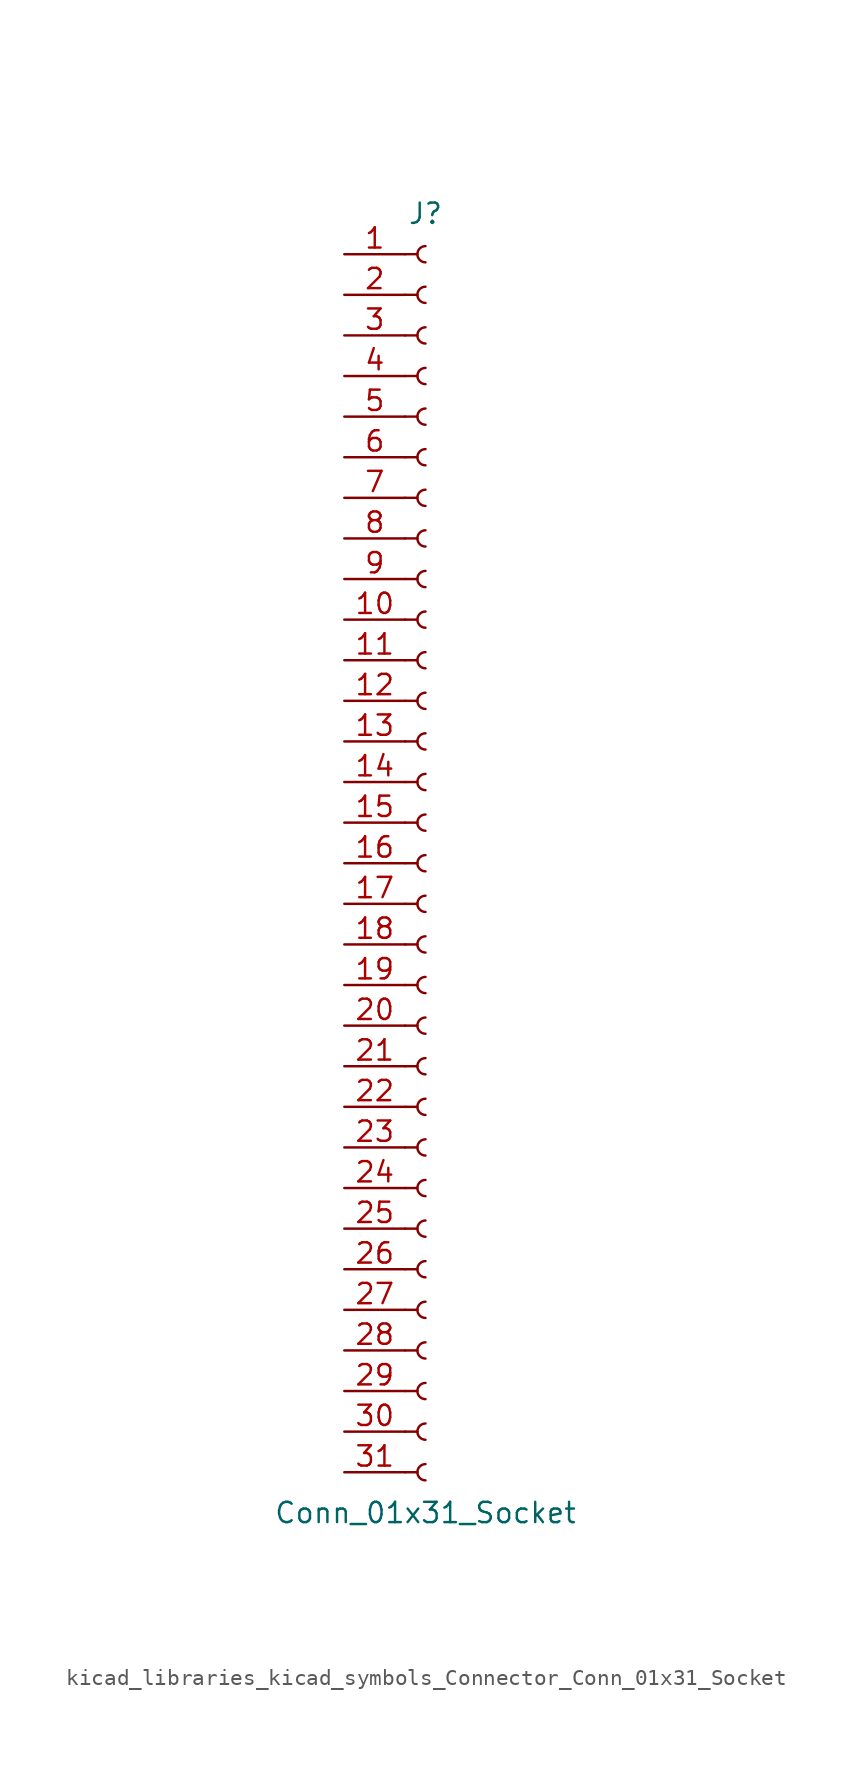
<source format=kicad_sym>
(kicad_symbol_lib
  (version 20220914)
  (generator kicad_symbol_editor)
  (symbol "kicad_libraries_kicad_symbols_Connector_Conn_01x31_Socket"
    (pin_names
      (offset 1.016) hide)
    (property "Reference" "J"
      (at 0 40.64 0)
      (effects (font (size 1.27 1.27))))
    (property "Value" "Conn_01x31_Socket"
      (at 0 -40.64 0)
      (effects (font (size 1.27 1.27))))
    (property "ki_locked" ""
      (at 0 0 0)
      (effects (font (size 1.27 1.27))))
    (symbol "kicad_libraries_kicad_symbols_Connector_Conn_01x31_Socket_1_1"
      (arc (start 0 -37.592) (mid -0.5058 -38.1) (end 0 -38.608) (stroke (width 0.1524) (type default)) (fill (type none)))
      (arc (start 0 -35.052) (mid -0.5058 -35.56) (end 0 -36.068) (stroke (width 0.1524) (type default)) (fill (type none)))
      (arc (start 0 -32.512) (mid -0.5058 -33.02) (end 0 -33.528) (stroke (width 0.1524) (type default)) (fill (type none)))
      (arc (start 0 -29.972) (mid -0.5058 -30.48) (end 0 -30.988) (stroke (width 0.1524) (type default)) (fill (type none)))
      (arc (start 0 -27.432) (mid -0.5058 -27.94) (end 0 -28.448) (stroke (width 0.1524) (type default)) (fill (type none)))
      (arc (start 0 -24.892) (mid -0.5058 -25.4) (end 0 -25.908) (stroke (width 0.1524) (type default)) (fill (type none)))
      (arc (start 0 -22.352) (mid -0.5058 -22.86) (end 0 -23.368) (stroke (width 0.1524) (type default)) (fill (type none)))
      (arc (start 0 -19.812) (mid -0.5058 -20.32) (end 0 -20.828) (stroke (width 0.1524) (type default)) (fill (type none)))
      (arc (start 0 -17.272) (mid -0.5058 -17.78) (end 0 -18.288) (stroke (width 0.1524) (type default)) (fill (type none)))
      (arc (start 0 -14.732) (mid -0.5058 -15.24) (end 0 -15.748) (stroke (width 0.1524) (type default)) (fill (type none)))
      (arc (start 0 -12.192) (mid -0.5058 -12.7) (end 0 -13.208) (stroke (width 0.1524) (type default)) (fill (type none)))
      (arc (start 0 -9.652) (mid -0.5058 -10.16) (end 0 -10.668) (stroke (width 0.1524) (type default)) (fill (type none)))
      (arc (start 0 -7.112) (mid -0.5058 -7.62) (end 0 -8.128) (stroke (width 0.1524) (type default)) (fill (type none)))
      (arc (start 0 -4.572) (mid -0.5058 -5.08) (end 0 -5.588) (stroke (width 0.1524) (type default)) (fill (type none)))
      (arc (start 0 -2.032) (mid -0.5058 -2.54) (end 0 -3.048) (stroke (width 0.1524) (type default)) (fill (type none)))
      (polyline (pts (xy -1.27 -38.1) (xy -0.508 -38.1)) (stroke (width 0.152) (type default)) (fill (type none)))
      (polyline (pts (xy -1.27 -35.56) (xy -0.508 -35.56)) (stroke (width 0.152) (type default)) (fill (type none)))
      (polyline (pts (xy -1.27 -33.02) (xy -0.508 -33.02)) (stroke (width 0.152) (type default)) (fill (type none)))
      (polyline (pts (xy -1.27 -30.48) (xy -0.508 -30.48)) (stroke (width 0.152) (type default)) (fill (type none)))
      (polyline (pts (xy -1.27 -27.94) (xy -0.508 -27.94)) (stroke (width 0.152) (type default)) (fill (type none)))
      (polyline (pts (xy -1.27 -25.4) (xy -0.508 -25.4)) (stroke (width 0.152) (type default)) (fill (type none)))
      (polyline (pts (xy -1.27 -22.86) (xy -0.508 -22.86)) (stroke (width 0.152) (type default)) (fill (type none)))
      (polyline (pts (xy -1.27 -20.32) (xy -0.508 -20.32)) (stroke (width 0.152) (type default)) (fill (type none)))
      (polyline (pts (xy -1.27 -17.78) (xy -0.508 -17.78)) (stroke (width 0.152) (type default)) (fill (type none)))
      (polyline (pts (xy -1.27 -15.24) (xy -0.508 -15.24)) (stroke (width 0.152) (type default)) (fill (type none)))
      (polyline (pts (xy -1.27 -12.7) (xy -0.508 -12.7)) (stroke (width 0.152) (type default)) (fill (type none)))
      (polyline (pts (xy -1.27 -10.16) (xy -0.508 -10.16)) (stroke (width 0.152) (type default)) (fill (type none)))
      (polyline (pts (xy -1.27 -7.62) (xy -0.508 -7.62)) (stroke (width 0.152) (type default)) (fill (type none)))
      (polyline (pts (xy -1.27 -5.08) (xy -0.508 -5.08)) (stroke (width 0.152) (type default)) (fill (type none)))
      (polyline (pts (xy -1.27 -2.54) (xy -0.508 -2.54)) (stroke (width 0.152) (type default)) (fill (type none)))
      (polyline (pts (xy -1.27 0) (xy -0.508 0)) (stroke (width 0.152) (type default)) (fill (type none)))
      (polyline (pts (xy -1.27 2.54) (xy -0.508 2.54)) (stroke (width 0.152) (type default)) (fill (type none)))
      (polyline (pts (xy -1.27 5.08) (xy -0.508 5.08)) (stroke (width 0.152) (type default)) (fill (type none)))
      (polyline (pts (xy -1.27 7.62) (xy -0.508 7.62)) (stroke (width 0.152) (type default)) (fill (type none)))
      (polyline (pts (xy -1.27 10.16) (xy -0.508 10.16)) (stroke (width 0.152) (type default)) (fill (type none)))
      (polyline (pts (xy -1.27 12.7) (xy -0.508 12.7)) (stroke (width 0.152) (type default)) (fill (type none)))
      (polyline (pts (xy -1.27 15.24) (xy -0.508 15.24)) (stroke (width 0.152) (type default)) (fill (type none)))
      (polyline (pts (xy -1.27 17.78) (xy -0.508 17.78)) (stroke (width 0.152) (type default)) (fill (type none)))
      (polyline (pts (xy -1.27 20.32) (xy -0.508 20.32)) (stroke (width 0.152) (type default)) (fill (type none)))
      (polyline (pts (xy -1.27 22.86) (xy -0.508 22.86)) (stroke (width 0.152) (type default)) (fill (type none)))
      (polyline (pts (xy -1.27 25.4) (xy -0.508 25.4)) (stroke (width 0.152) (type default)) (fill (type none)))
      (polyline (pts (xy -1.27 27.94) (xy -0.508 27.94)) (stroke (width 0.152) (type default)) (fill (type none)))
      (polyline (pts (xy -1.27 30.48) (xy -0.508 30.48)) (stroke (width 0.152) (type default)) (fill (type none)))
      (polyline (pts (xy -1.27 33.02) (xy -0.508 33.02)) (stroke (width 0.152) (type default)) (fill (type none)))
      (polyline (pts (xy -1.27 35.56) (xy -0.508 35.56)) (stroke (width 0.152) (type default)) (fill (type none)))
      (polyline (pts (xy -1.27 38.1) (xy -0.508 38.1)) (stroke (width 0.152) (type default)) (fill (type none)))
      (arc (start 0 0.508) (mid -0.5058 0) (end 0 -0.508) (stroke (width 0.1524) (type default)) (fill (type none)))
      (arc (start 0 3.048) (mid -0.5058 2.54) (end 0 2.032) (stroke (width 0.1524) (type default)) (fill (type none)))
      (arc (start 0 5.588) (mid -0.5058 5.08) (end 0 4.572) (stroke (width 0.1524) (type default)) (fill (type none)))
      (arc (start 0 8.128) (mid -0.5058 7.62) (end 0 7.112) (stroke (width 0.1524) (type default)) (fill (type none)))
      (arc (start 0 10.668) (mid -0.5058 10.16) (end 0 9.652) (stroke (width 0.1524) (type default)) (fill (type none)))
      (arc (start 0 13.208) (mid -0.5058 12.7) (end 0 12.192) (stroke (width 0.1524) (type default)) (fill (type none)))
      (arc (start 0 15.748) (mid -0.5058 15.24) (end 0 14.732) (stroke (width 0.1524) (type default)) (fill (type none)))
      (arc (start 0 18.288) (mid -0.5058 17.78) (end 0 17.272) (stroke (width 0.1524) (type default)) (fill (type none)))
      (arc (start 0 20.828) (mid -0.5058 20.32) (end 0 19.812) (stroke (width 0.1524) (type default)) (fill (type none)))
      (arc (start 0 23.368) (mid -0.5058 22.86) (end 0 22.352) (stroke (width 0.1524) (type default)) (fill (type none)))
      (arc (start 0 25.908) (mid -0.5058 25.4) (end 0 24.892) (stroke (width 0.1524) (type default)) (fill (type none)))
      (arc (start 0 28.448) (mid -0.5058 27.94) (end 0 27.432) (stroke (width 0.1524) (type default)) (fill (type none)))
      (arc (start 0 30.988) (mid -0.5058 30.48) (end 0 29.972) (stroke (width 0.1524) (type default)) (fill (type none)))
      (arc (start 0 33.528) (mid -0.5058 33.02) (end 0 32.512) (stroke (width 0.1524) (type default)) (fill (type none)))
      (arc (start 0 36.068) (mid -0.5058 35.56) (end 0 35.052) (stroke (width 0.1524) (type default)) (fill (type none)))
      (arc (start 0 38.608) (mid -0.5058 38.1) (end 0 37.592) (stroke (width 0.1524) (type default)) (fill (type none)))
      (pin passive line (at -5.08 38.1 0) (length 3.81) (name "Pin_1" (effects (font (size 1.27 1.27)))) (number "1" (effects (font (size 1.27 1.27)))))
      (pin passive line (at -5.08 15.24 0) (length 3.81) (name "Pin_10" (effects (font (size 1.27 1.27)))) (number "10" (effects (font (size 1.27 1.27)))))
      (pin passive line (at -5.08 12.7 0) (length 3.81) (name "Pin_11" (effects (font (size 1.27 1.27)))) (number "11" (effects (font (size 1.27 1.27)))))
      (pin passive line (at -5.08 10.16 0) (length 3.81) (name "Pin_12" (effects (font (size 1.27 1.27)))) (number "12" (effects (font (size 1.27 1.27)))))
      (pin passive line (at -5.08 7.62 0) (length 3.81) (name "Pin_13" (effects (font (size 1.27 1.27)))) (number "13" (effects (font (size 1.27 1.27)))))
      (pin passive line (at -5.08 5.08 0) (length 3.81) (name "Pin_14" (effects (font (size 1.27 1.27)))) (number "14" (effects (font (size 1.27 1.27)))))
      (pin passive line (at -5.08 2.54 0) (length 3.81) (name "Pin_15" (effects (font (size 1.27 1.27)))) (number "15" (effects (font (size 1.27 1.27)))))
      (pin passive line (at -5.08 0 0) (length 3.81) (name "Pin_16" (effects (font (size 1.27 1.27)))) (number "16" (effects (font (size 1.27 1.27)))))
      (pin passive line (at -5.08 -2.54 0) (length 3.81) (name "Pin_17" (effects (font (size 1.27 1.27)))) (number "17" (effects (font (size 1.27 1.27)))))
      (pin passive line (at -5.08 -5.08 0) (length 3.81) (name "Pin_18" (effects (font (size 1.27 1.27)))) (number "18" (effects (font (size 1.27 1.27)))))
      (pin passive line (at -5.08 -7.62 0) (length 3.81) (name "Pin_19" (effects (font (size 1.27 1.27)))) (number "19" (effects (font (size 1.27 1.27)))))
      (pin passive line (at -5.08 35.56 0) (length 3.81) (name "Pin_2" (effects (font (size 1.27 1.27)))) (number "2" (effects (font (size 1.27 1.27)))))
      (pin passive line (at -5.08 -10.16 0) (length 3.81) (name "Pin_20" (effects (font (size 1.27 1.27)))) (number "20" (effects (font (size 1.27 1.27)))))
      (pin passive line (at -5.08 -12.7 0) (length 3.81) (name "Pin_21" (effects (font (size 1.27 1.27)))) (number "21" (effects (font (size 1.27 1.27)))))
      (pin passive line (at -5.08 -15.24 0) (length 3.81) (name "Pin_22" (effects (font (size 1.27 1.27)))) (number "22" (effects (font (size 1.27 1.27)))))
      (pin passive line (at -5.08 -17.78 0) (length 3.81) (name "Pin_23" (effects (font (size 1.27 1.27)))) (number "23" (effects (font (size 1.27 1.27)))))
      (pin passive line (at -5.08 -20.32 0) (length 3.81) (name "Pin_24" (effects (font (size 1.27 1.27)))) (number "24" (effects (font (size 1.27 1.27)))))
      (pin passive line (at -5.08 -22.86 0) (length 3.81) (name "Pin_25" (effects (font (size 1.27 1.27)))) (number "25" (effects (font (size 1.27 1.27)))))
      (pin passive line (at -5.08 -25.4 0) (length 3.81) (name "Pin_26" (effects (font (size 1.27 1.27)))) (number "26" (effects (font (size 1.27 1.27)))))
      (pin passive line (at -5.08 -27.94 0) (length 3.81) (name "Pin_27" (effects (font (size 1.27 1.27)))) (number "27" (effects (font (size 1.27 1.27)))))
      (pin passive line (at -5.08 -30.48 0) (length 3.81) (name "Pin_28" (effects (font (size 1.27 1.27)))) (number "28" (effects (font (size 1.27 1.27)))))
      (pin passive line (at -5.08 -33.02 0) (length 3.81) (name "Pin_29" (effects (font (size 1.27 1.27)))) (number "29" (effects (font (size 1.27 1.27)))))
      (pin passive line (at -5.08 33.02 0) (length 3.81) (name "Pin_3" (effects (font (size 1.27 1.27)))) (number "3" (effects (font (size 1.27 1.27)))))
      (pin passive line (at -5.08 -35.56 0) (length 3.81) (name "Pin_30" (effects (font (size 1.27 1.27)))) (number "30" (effects (font (size 1.27 1.27)))))
      (pin passive line (at -5.08 -38.1 0) (length 3.81) (name "Pin_31" (effects (font (size 1.27 1.27)))) (number "31" (effects (font (size 1.27 1.27)))))
      (pin passive line (at -5.08 30.48 0) (length 3.81) (name "Pin_4" (effects (font (size 1.27 1.27)))) (number "4" (effects (font (size 1.27 1.27)))))
      (pin passive line (at -5.08 27.94 0) (length 3.81) (name "Pin_5" (effects (font (size 1.27 1.27)))) (number "5" (effects (font (size 1.27 1.27)))))
      (pin passive line (at -5.08 25.4 0) (length 3.81) (name "Pin_6" (effects (font (size 1.27 1.27)))) (number "6" (effects (font (size 1.27 1.27)))))
      (pin passive line (at -5.08 22.86 0) (length 3.81) (name "Pin_7" (effects (font (size 1.27 1.27)))) (number "7" (effects (font (size 1.27 1.27)))))
      (pin passive line (at -5.08 20.32 0) (length 3.81) (name "Pin_8" (effects (font (size 1.27 1.27)))) (number "8" (effects (font (size 1.27 1.27)))))
      (pin passive line (at -5.08 17.78 0) (length 3.81) (name "Pin_9" (effects (font (size 1.27 1.27)))) (number "9" (effects (font (size 1.27 1.27))))))))
</source>
